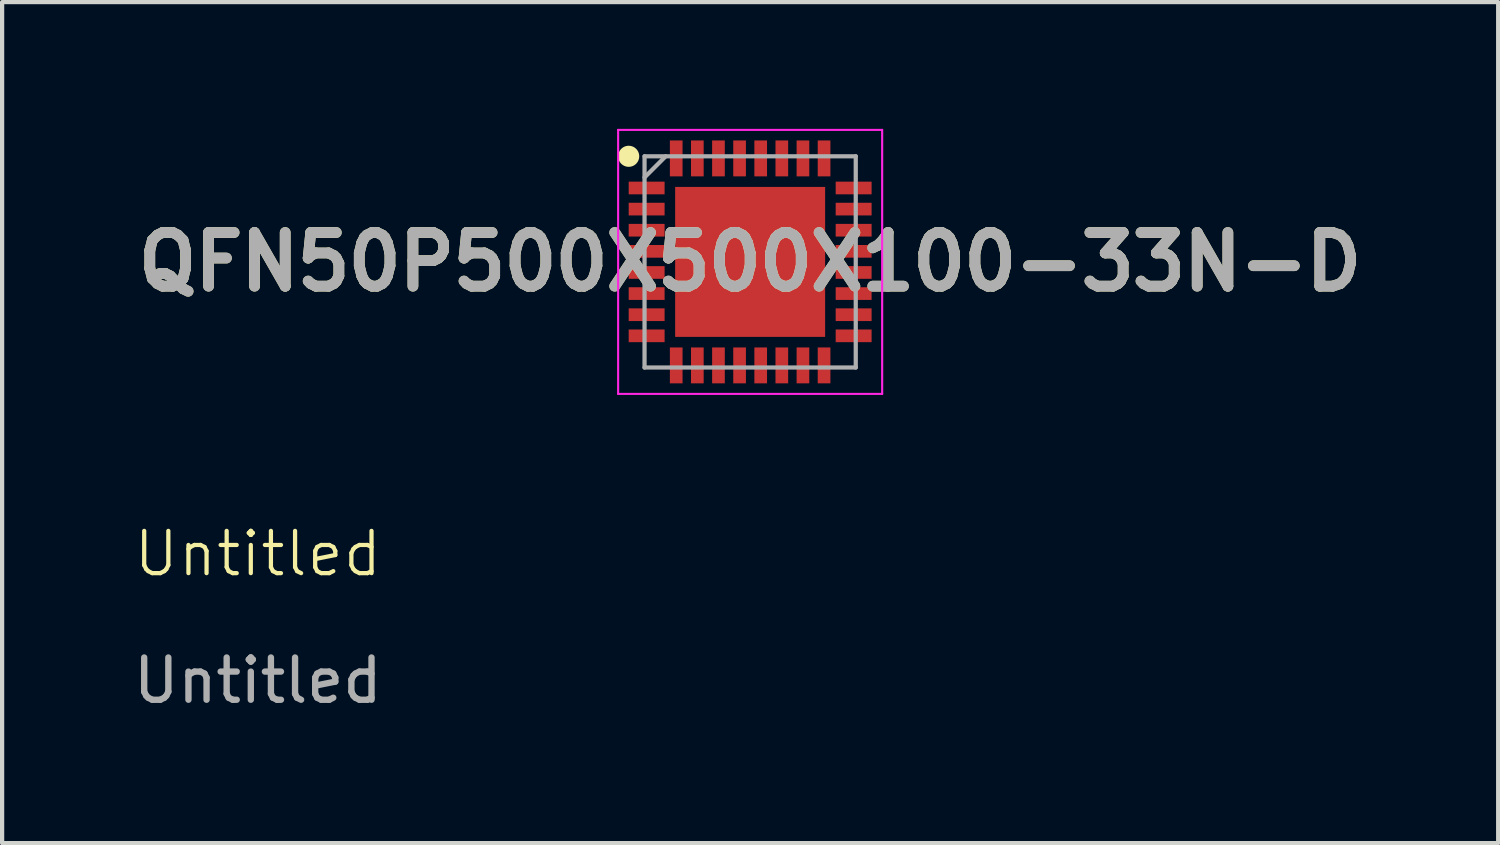
<source format=kicad_pcb>
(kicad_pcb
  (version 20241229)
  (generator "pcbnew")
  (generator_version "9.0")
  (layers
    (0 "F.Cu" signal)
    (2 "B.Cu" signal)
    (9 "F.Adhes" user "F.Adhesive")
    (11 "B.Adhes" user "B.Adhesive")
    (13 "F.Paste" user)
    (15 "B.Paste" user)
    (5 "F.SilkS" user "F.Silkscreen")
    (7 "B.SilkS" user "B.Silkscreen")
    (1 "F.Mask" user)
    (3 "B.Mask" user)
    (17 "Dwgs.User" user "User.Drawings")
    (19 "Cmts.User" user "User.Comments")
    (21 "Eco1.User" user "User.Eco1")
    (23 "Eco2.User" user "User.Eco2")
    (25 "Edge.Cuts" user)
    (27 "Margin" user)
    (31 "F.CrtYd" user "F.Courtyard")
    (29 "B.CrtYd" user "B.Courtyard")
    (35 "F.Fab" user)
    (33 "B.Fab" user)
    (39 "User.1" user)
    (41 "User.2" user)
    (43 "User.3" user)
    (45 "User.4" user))
  (footprint "Untitled"
    (layer "F.Cu")
    (at 3.054 10.56)
    (property "Reference" "Untitled" (at 0 -0.5 0) (unlocked yes) (layer "F.SilkS") (effects (font (size 1 1) (thickness 0.1))))
    (attr smd)
    (fp_text user "${REFERENCE}" (at 0 2.5 0) (unlocked yes) (layer "F.Fab") (effects (font (size 1 1) (thickness 0.15)))))
  (footprint "QFN50P500X500X100-33N-D"
    (layer "F.Cu")
    (at 14.708 3.15)
    (property "Reference" "QFN50P500X500X100-33N-D" (at 0 0 0) (layer "F.SilkS") (effects (font (size 1.27 1.27) (thickness 0.254))))
    (attr smd)
    (fp_circle (center -2.875 -2.5) (end -2.875 -2.375) (stroke (width 0.25) (type solid)) (fill no) (layer "F.SilkS"))
    (fp_line (start -3.125 -3.125) (end 3.125 -3.125) (stroke (width 0.05) (type solid)) (layer "F.CrtYd"))
    (fp_line (start -3.125 3.125) (end -3.125 -3.125) (stroke (width 0.05) (type solid)) (layer "F.CrtYd"))
    (fp_line (start 3.125 -3.125) (end 3.125 3.125) (stroke (width 0.05) (type solid)) (layer "F.CrtYd"))
    (fp_line (start 3.125 3.125) (end -3.125 3.125) (stroke (width 0.05) (type solid)) (layer "F.CrtYd"))
    (fp_line (start -2.5 -2.5) (end 2.5 -2.5) (stroke (width 0.1) (type solid)) (layer "F.Fab"))
    (fp_line (start -2.5 -2) (end -2 -2.5) (stroke (width 0.1) (type solid)) (layer "F.Fab"))
    (fp_line (start -2.5 2.5) (end -2.5 -2.5) (stroke (width 0.1) (type solid)) (layer "F.Fab"))
    (fp_line (start 2.5 -2.5) (end 2.5 2.5) (stroke (width 0.1) (type solid)) (layer "F.Fab"))
    (fp_line (start 2.5 2.5) (end -2.5 2.5) (stroke (width 0.1) (type solid)) (layer "F.Fab"))
    (fp_text user "${REFERENCE}" (at 0 0 0) (layer "F.Fab") (effects (font (size 1.27 1.27) (thickness 0.254))))
    (pad "1" smd rect (at -2.45 -1.75 90) (size 0.3 0.85) (layers "F.Cu" "F.Mask" "F.Paste"))
    (pad "2" smd rect (at -2.45 -1.25 90) (size 0.3 0.85) (layers "F.Cu" "F.Mask" "F.Paste"))
    (pad "3" smd rect (at -2.45 -0.75 90) (size 0.3 0.85) (layers "F.Cu" "F.Mask" "F.Paste"))
    (pad "4" smd rect (at -2.45 -0.25 90) (size 0.3 0.85) (layers "F.Cu" "F.Mask" "F.Paste"))
    (pad "5" smd rect (at -2.45 0.25 90) (size 0.3 0.85) (layers "F.Cu" "F.Mask" "F.Paste"))
    (pad "6" smd rect (at -2.45 0.75 90) (size 0.3 0.85) (layers "F.Cu" "F.Mask" "F.Paste"))
    (pad "7" smd rect (at -2.45 1.25 90) (size 0.3 0.85) (layers "F.Cu" "F.Mask" "F.Paste"))
    (pad "8" smd rect (at -2.45 1.75 90) (size 0.3 0.85) (layers "F.Cu" "F.Mask" "F.Paste"))
    (pad "9" smd rect (at -1.75 2.45) (size 0.3 0.85) (layers "F.Cu" "F.Mask" "F.Paste"))
    (pad "10" smd rect (at -1.25 2.45) (size 0.3 0.85) (layers "F.Cu" "F.Mask" "F.Paste"))
    (pad "11" smd rect (at -0.75 2.45) (size 0.3 0.85) (layers "F.Cu" "F.Mask" "F.Paste"))
    (pad "12" smd rect (at -0.25 2.45) (size 0.3 0.85) (layers "F.Cu" "F.Mask" "F.Paste"))
    (pad "13" smd rect (at 0.25 2.45) (size 0.3 0.85) (layers "F.Cu" "F.Mask" "F.Paste"))
    (pad "14" smd rect (at 0.75 2.45) (size 0.3 0.85) (layers "F.Cu" "F.Mask" "F.Paste"))
    (pad "15" smd rect (at 1.25 2.45) (size 0.3 0.85) (layers "F.Cu" "F.Mask" "F.Paste"))
    (pad "16" smd rect (at 1.75 2.45) (size 0.3 0.85) (layers "F.Cu" "F.Mask" "F.Paste"))
    (pad "17" smd rect (at 2.45 1.75 90) (size 0.3 0.85) (layers "F.Cu" "F.Mask" "F.Paste"))
    (pad "18" smd rect (at 2.45 1.25 90) (size 0.3 0.85) (layers "F.Cu" "F.Mask" "F.Paste"))
    (pad "19" smd rect (at 2.45 0.75 90) (size 0.3 0.85) (layers "F.Cu" "F.Mask" "F.Paste"))
    (pad "20" smd rect (at 2.45 0.25 90) (size 0.3 0.85) (layers "F.Cu" "F.Mask" "F.Paste"))
    (pad "21" smd rect (at 2.45 -0.25 90) (size 0.3 0.85) (layers "F.Cu" "F.Mask" "F.Paste"))
    (pad "22" smd rect (at 2.45 -0.75 90) (size 0.3 0.85) (layers "F.Cu" "F.Mask" "F.Paste"))
    (pad "23" smd rect (at 2.45 -1.25 90) (size 0.3 0.85) (layers "F.Cu" "F.Mask" "F.Paste"))
    (pad "24" smd rect (at 2.45 -1.75 90) (size 0.3 0.85) (layers "F.Cu" "F.Mask" "F.Paste"))
    (pad "25" smd rect (at 1.75 -2.45) (size 0.3 0.85) (layers "F.Cu" "F.Mask" "F.Paste"))
    (pad "26" smd rect (at 1.25 -2.45) (size 0.3 0.85) (layers "F.Cu" "F.Mask" "F.Paste"))
    (pad "27" smd rect (at 0.75 -2.45) (size 0.3 0.85) (layers "F.Cu" "F.Mask" "F.Paste"))
    (pad "28" smd rect (at 0.25 -2.45) (size 0.3 0.85) (layers "F.Cu" "F.Mask" "F.Paste"))
    (pad "29" smd rect (at -0.25 -2.45) (size 0.3 0.85) (layers "F.Cu" "F.Mask" "F.Paste"))
    (pad "30" smd rect (at -0.75 -2.45) (size 0.3 0.85) (layers "F.Cu" "F.Mask" "F.Paste"))
    (pad "31" smd rect (at -1.25 -2.45) (size 0.3 0.85) (layers "F.Cu" "F.Mask" "F.Paste"))
    (pad "32" smd rect (at -1.75 -2.45) (size 0.3 0.85) (layers "F.Cu" "F.Mask" "F.Paste"))
    (pad "33" smd rect (at 0 0) (size 3.55 3.55) (layers "F.Cu" "F.Mask" "F.Paste")))
  (gr_rect
    (start -3 -3)
    (end 32.416 16.909)
    (stroke (width 0.1) (type default))
    (fill no)
    (layer "Edge.Cuts")))
</source>
